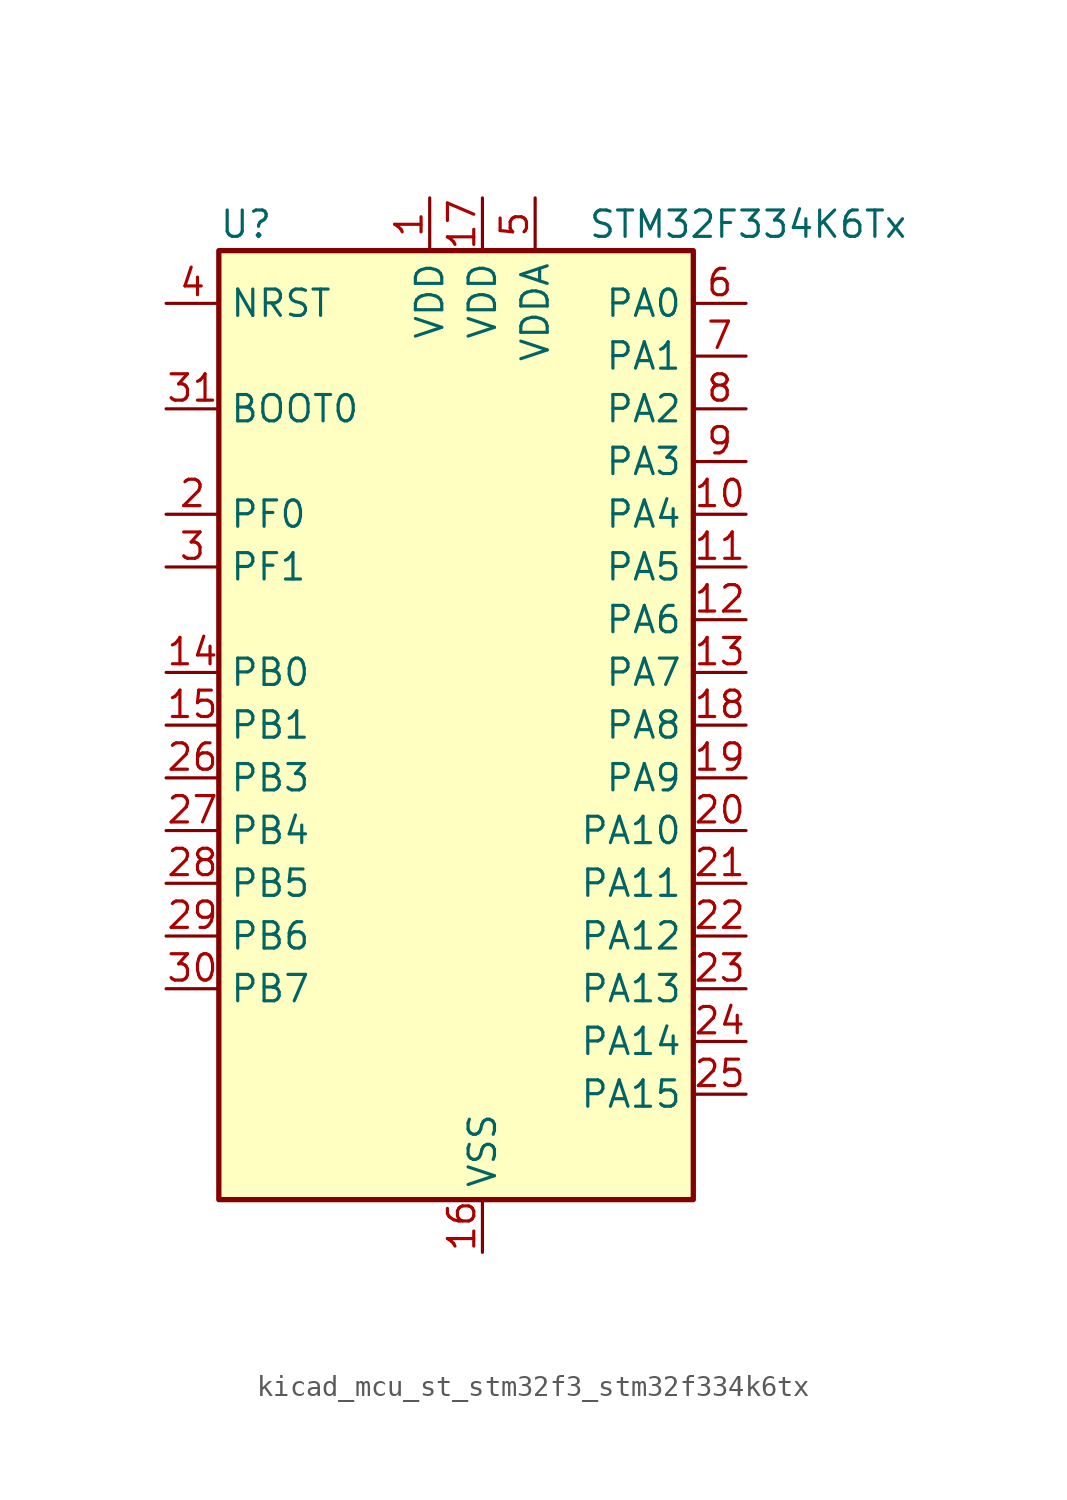
<source format=kicad_sym>
(kicad_symbol_lib
  (version 20220914)
  (generator kicad_symbol_editor)
  (symbol "kicad_mcu_st_stm32f3_stm32f334k6tx"
    (property "Reference" "U"
      (at -10.16 24.13 0)
      (effects (font (size 1.27 1.27)) (justify left)))
    (property "Value" "STM32F334K6Tx"
      (at 7.62 24.13 0)
      (effects (font (size 1.27 1.27)) (justify left)))
    (property "ki_locked" ""
      (at 0 0 0)
      (effects (font (size 1.27 1.27))))
    (symbol "kicad_mcu_st_stm32f3_stm32f334k6tx_0_1"
      (rectangle (start -10.16 -22.86) (end 12.7 22.86) (stroke (width 0.254) (type default)) (fill (type background))))
    (symbol "kicad_mcu_st_stm32f3_stm32f334k6tx_1_1"
      (pin power_in line (at 0 25.4 270) (length 2.54) (name "VDD" (effects (font (size 1.27 1.27)))) (number "1" (effects (font (size 1.27 1.27)))))
      (pin bidirectional line (at 15.24 10.16 180) (length 2.54) (name "PA4" (effects (font (size 1.27 1.27)))) (number "10" (effects (font (size 1.27 1.27)))) (alternate "ADC2_IN1" bidirectional line) (alternate "COMP2_INM" bidirectional line) (alternate "COMP4_INM" bidirectional line) (alternate "DAC1_OUT1" bidirectional line) (alternate "SPI1_NSS" bidirectional line) (alternate "TIM3_CH2" bidirectional line) (alternate "TSC_G2_IO1" bidirectional line) (alternate "USART2_CK" bidirectional line))
      (pin bidirectional line (at 15.24 7.62 180) (length 2.54) (name "PA5" (effects (font (size 1.27 1.27)))) (number "11" (effects (font (size 1.27 1.27)))) (alternate "ADC2_IN2" bidirectional line) (alternate "DAC1_OUT2" bidirectional line) (alternate "OPAMP2_VINM" bidirectional line) (alternate "OPAMP2_VINM_SEC" bidirectional line) (alternate "SPI1_SCK" bidirectional line) (alternate "TIM2_CH1" bidirectional line) (alternate "TIM2_ETR" bidirectional line) (alternate "TSC_G2_IO2" bidirectional line))
      (pin bidirectional line (at 15.24 5.08 180) (length 2.54) (name "PA6" (effects (font (size 1.27 1.27)))) (number "12" (effects (font (size 1.27 1.27)))) (alternate "ADC2_IN3" bidirectional line) (alternate "DAC2_OUT1" bidirectional line) (alternate "OPAMP2_DIG" bidirectional line) (alternate "OPAMP2_VOUT" bidirectional line) (alternate "SPI1_MISO" bidirectional line) (alternate "TIM16_CH1" bidirectional line) (alternate "TIM1_BKIN" bidirectional line) (alternate "TIM3_CH1" bidirectional line) (alternate "TSC_G2_IO3" bidirectional line))
      (pin bidirectional line (at 15.24 2.54 180) (length 2.54) (name "PA7" (effects (font (size 1.27 1.27)))) (number "13" (effects (font (size 1.27 1.27)))) (alternate "ADC2_IN4" bidirectional line) (alternate "COMP2_INP" bidirectional line) (alternate "OPAMP2_VINP" bidirectional line) (alternate "OPAMP2_VINP_SEC" bidirectional line) (alternate "SPI1_MOSI" bidirectional line) (alternate "TIM17_CH1" bidirectional line) (alternate "TIM1_CH1N" bidirectional line) (alternate "TIM3_CH2" bidirectional line) (alternate "TSC_G2_IO4" bidirectional line))
      (pin bidirectional line (at -12.7 2.54 0) (length 2.54) (name "PB0" (effects (font (size 1.27 1.27)))) (number "14" (effects (font (size 1.27 1.27)))) (alternate "ADC1_IN11" bidirectional line) (alternate "COMP4_INP" bidirectional line) (alternate "OPAMP2_VINP" bidirectional line) (alternate "OPAMP2_VINP_SEC" bidirectional line) (alternate "TIM1_CH2N" bidirectional line) (alternate "TIM3_CH3" bidirectional line) (alternate "TSC_G3_IO2" bidirectional line))
      (pin bidirectional line (at -12.7 0 0) (length 2.54) (name "PB1" (effects (font (size 1.27 1.27)))) (number "15" (effects (font (size 1.27 1.27)))) (alternate "ADC1_IN12" bidirectional line) (alternate "COMP4_OUT" bidirectional line) (alternate "HRTIM1_SCOUT" bidirectional line) (alternate "TIM1_CH3N" bidirectional line) (alternate "TIM3_CH4" bidirectional line) (alternate "TSC_G3_IO3" bidirectional line))
      (pin power_in line (at 2.54 -25.4 90) (length 2.54) (name "VSS" (effects (font (size 1.27 1.27)))) (number "16" (effects (font (size 1.27 1.27)))))
      (pin power_in line (at 2.54 25.4 270) (length 2.54) (name "VDD" (effects (font (size 1.27 1.27)))) (number "17" (effects (font (size 1.27 1.27)))))
      (pin bidirectional line (at 15.24 0 180) (length 2.54) (name "PA8" (effects (font (size 1.27 1.27)))) (number "18" (effects (font (size 1.27 1.27)))) (alternate "HRTIM1_CHA1" bidirectional line) (alternate "RCC_MCO" bidirectional line) (alternate "TIM1_CH1" bidirectional line) (alternate "USART1_CK" bidirectional line))
      (pin bidirectional line (at 15.24 -2.54 180) (length 2.54) (name "PA9" (effects (font (size 1.27 1.27)))) (number "19" (effects (font (size 1.27 1.27)))) (alternate "DAC1_EXTI9" bidirectional line) (alternate "DAC2_EXTI9" bidirectional line) (alternate "HRTIM1_CHA2" bidirectional line) (alternate "TIM15_BKIN" bidirectional line) (alternate "TIM1_CH2" bidirectional line) (alternate "TIM2_CH3" bidirectional line) (alternate "TSC_G4_IO1" bidirectional line) (alternate "USART1_TX" bidirectional line))
      (pin bidirectional line (at -12.7 10.16 0) (length 2.54) (name "PF0" (effects (font (size 1.27 1.27)))) (number "2" (effects (font (size 1.27 1.27)))) (alternate "RCC_OSC_IN" bidirectional line) (alternate "TIM1_CH3N" bidirectional line))
      (pin bidirectional line (at 15.24 -5.08 180) (length 2.54) (name "PA10" (effects (font (size 1.27 1.27)))) (number "20" (effects (font (size 1.27 1.27)))) (alternate "HRTIM1_CHB1" bidirectional line) (alternate "TIM17_BKIN" bidirectional line) (alternate "TIM1_CH3" bidirectional line) (alternate "TIM2_CH4" bidirectional line) (alternate "TSC_G4_IO2" bidirectional line) (alternate "USART1_RX" bidirectional line))
      (pin bidirectional line (at 15.24 -7.62 180) (length 2.54) (name "PA11" (effects (font (size 1.27 1.27)))) (number "21" (effects (font (size 1.27 1.27)))) (alternate "ADC1_EXTI11" bidirectional line) (alternate "ADC2_EXTI11" bidirectional line) (alternate "CAN_RX" bidirectional line) (alternate "HRTIM1_CHB2" bidirectional line) (alternate "TIM1_BKIN2" bidirectional line) (alternate "TIM1_CH1N" bidirectional line) (alternate "TIM1_CH4" bidirectional line) (alternate "USART1_CTS" bidirectional line))
      (pin bidirectional line (at 15.24 -10.16 180) (length 2.54) (name "PA12" (effects (font (size 1.27 1.27)))) (number "22" (effects (font (size 1.27 1.27)))) (alternate "CAN_TX" bidirectional line) (alternate "COMP2_OUT" bidirectional line) (alternate "HRTIM1_FLT1" bidirectional line) (alternate "TIM16_CH1" bidirectional line) (alternate "TIM1_CH2N" bidirectional line) (alternate "TIM1_ETR" bidirectional line) (alternate "USART1_DE" bidirectional line) (alternate "USART1_RTS" bidirectional line))
      (pin bidirectional line (at 15.24 -12.7 180) (length 2.54) (name "PA13" (effects (font (size 1.27 1.27)))) (number "23" (effects (font (size 1.27 1.27)))) (alternate "IR_OUT" bidirectional line) (alternate "SYS_JTMS-SWDIO" bidirectional line) (alternate "TIM16_CH1N" bidirectional line) (alternate "TSC_G4_IO3" bidirectional line))
      (pin bidirectional line (at 15.24 -15.24 180) (length 2.54) (name "PA14" (effects (font (size 1.27 1.27)))) (number "24" (effects (font (size 1.27 1.27)))) (alternate "I2C1_SDA" bidirectional line) (alternate "SYS_JTCK-SWCLK" bidirectional line) (alternate "TIM1_BKIN" bidirectional line) (alternate "TSC_G4_IO4" bidirectional line) (alternate "USART2_TX" bidirectional line))
      (pin bidirectional line (at 15.24 -17.78 180) (length 2.54) (name "PA15" (effects (font (size 1.27 1.27)))) (number "25" (effects (font (size 1.27 1.27)))) (alternate "ADC1_EXTI15" bidirectional line) (alternate "ADC2_EXTI15" bidirectional line) (alternate "HRTIM1_FLT2" bidirectional line) (alternate "I2C1_SCL" bidirectional line) (alternate "SPI1_NSS" bidirectional line) (alternate "SYS_JTDI" bidirectional line) (alternate "TIM1_BKIN" bidirectional line) (alternate "TIM2_CH1" bidirectional line) (alternate "TIM2_ETR" bidirectional line) (alternate "TSC_SYNC" bidirectional line) (alternate "USART2_RX" bidirectional line))
      (pin bidirectional line (at -12.7 -2.54 0) (length 2.54) (name "PB3" (effects (font (size 1.27 1.27)))) (number "26" (effects (font (size 1.27 1.27)))) (alternate "HRTIM1_EEV9" bidirectional line) (alternate "HRTIM1_SCOUT" bidirectional line) (alternate "SPI1_SCK" bidirectional line) (alternate "SYS_JTDO-TRACESWO" bidirectional line) (alternate "TIM2_CH2" bidirectional line) (alternate "TIM3_ETR" bidirectional line) (alternate "TSC_G5_IO1" bidirectional line) (alternate "USART2_TX" bidirectional line))
      (pin bidirectional line (at -12.7 -5.08 0) (length 2.54) (name "PB4" (effects (font (size 1.27 1.27)))) (number "27" (effects (font (size 1.27 1.27)))) (alternate "HRTIM1_EEV7" bidirectional line) (alternate "SPI1_MISO" bidirectional line) (alternate "SYS_NJTRST" bidirectional line) (alternate "TIM16_CH1" bidirectional line) (alternate "TIM17_BKIN" bidirectional line) (alternate "TIM3_CH1" bidirectional line) (alternate "TSC_G5_IO2" bidirectional line) (alternate "USART2_RX" bidirectional line))
      (pin bidirectional line (at -12.7 -7.62 0) (length 2.54) (name "PB5" (effects (font (size 1.27 1.27)))) (number "28" (effects (font (size 1.27 1.27)))) (alternate "HRTIM1_EEV6" bidirectional line) (alternate "I2C1_SMBA" bidirectional line) (alternate "SPI1_MOSI" bidirectional line) (alternate "TIM16_BKIN" bidirectional line) (alternate "TIM17_CH1" bidirectional line) (alternate "TIM3_CH2" bidirectional line) (alternate "USART2_CK" bidirectional line))
      (pin bidirectional line (at -12.7 -10.16 0) (length 2.54) (name "PB6" (effects (font (size 1.27 1.27)))) (number "29" (effects (font (size 1.27 1.27)))) (alternate "HRTIM1_EEV4" bidirectional line) (alternate "HRTIM1_SCIN" bidirectional line) (alternate "I2C1_SCL" bidirectional line) (alternate "TIM16_CH1N" bidirectional line) (alternate "TSC_G5_IO3" bidirectional line) (alternate "USART1_TX" bidirectional line))
      (pin bidirectional line (at -12.7 7.62 0) (length 2.54) (name "PF1" (effects (font (size 1.27 1.27)))) (number "3" (effects (font (size 1.27 1.27)))) (alternate "RCC_OSC_OUT" bidirectional line))
      (pin bidirectional line (at -12.7 -12.7 0) (length 2.54) (name "PB7" (effects (font (size 1.27 1.27)))) (number "30" (effects (font (size 1.27 1.27)))) (alternate "HRTIM1_EEV3" bidirectional line) (alternate "I2C1_SDA" bidirectional line) (alternate "TIM17_CH1N" bidirectional line) (alternate "TIM3_CH4" bidirectional line) (alternate "TSC_G5_IO4" bidirectional line) (alternate "USART1_RX" bidirectional line))
      (pin input line (at -12.7 15.24 0) (length 2.54) (name "BOOT0" (effects (font (size 1.27 1.27)))) (number "31" (effects (font (size 1.27 1.27)))))
      (pin passive line (at 2.54 -25.4 90) (length 2.54) hide (name "VSS" (effects (font (size 1.27 1.27)))) (number "32" (effects (font (size 1.27 1.27)))))
      (pin input line (at -12.7 20.32 0) (length 2.54) (name "NRST" (effects (font (size 1.27 1.27)))) (number "4" (effects (font (size 1.27 1.27)))))
      (pin power_in line (at 5.08 25.4 270) (length 2.54) (name "VDDA" (effects (font (size 1.27 1.27)))) (number "5" (effects (font (size 1.27 1.27)))))
      (pin bidirectional line (at 15.24 20.32 180) (length 2.54) (name "PA0" (effects (font (size 1.27 1.27)))) (number "6" (effects (font (size 1.27 1.27)))) (alternate "ADC1_IN1" bidirectional line) (alternate "RTC_TAMP2" bidirectional line) (alternate "SYS_WKUP1" bidirectional line) (alternate "TIM2_CH1" bidirectional line) (alternate "TIM2_ETR" bidirectional line) (alternate "TSC_G1_IO1" bidirectional line) (alternate "USART2_CTS" bidirectional line))
      (pin bidirectional line (at 15.24 17.78 180) (length 2.54) (name "PA1" (effects (font (size 1.27 1.27)))) (number "7" (effects (font (size 1.27 1.27)))) (alternate "ADC1_IN2" bidirectional line) (alternate "RTC_REFIN" bidirectional line) (alternate "TIM15_CH1N" bidirectional line) (alternate "TIM2_CH2" bidirectional line) (alternate "TSC_G1_IO2" bidirectional line) (alternate "USART2_DE" bidirectional line) (alternate "USART2_RTS" bidirectional line))
      (pin bidirectional line (at 15.24 15.24 180) (length 2.54) (name "PA2" (effects (font (size 1.27 1.27)))) (number "8" (effects (font (size 1.27 1.27)))) (alternate "ADC1_IN3" bidirectional line) (alternate "COMP2_INM" bidirectional line) (alternate "COMP2_OUT" bidirectional line) (alternate "TIM15_CH1" bidirectional line) (alternate "TIM2_CH3" bidirectional line) (alternate "TSC_G1_IO3" bidirectional line) (alternate "USART2_TX" bidirectional line))
      (pin bidirectional line (at 15.24 12.7 180) (length 2.54) (name "PA3" (effects (font (size 1.27 1.27)))) (number "9" (effects (font (size 1.27 1.27)))) (alternate "ADC1_IN4" bidirectional line) (alternate "TIM15_CH2" bidirectional line) (alternate "TIM2_CH4" bidirectional line) (alternate "TSC_G1_IO4" bidirectional line) (alternate "USART2_RX" bidirectional line)))))
</source>
